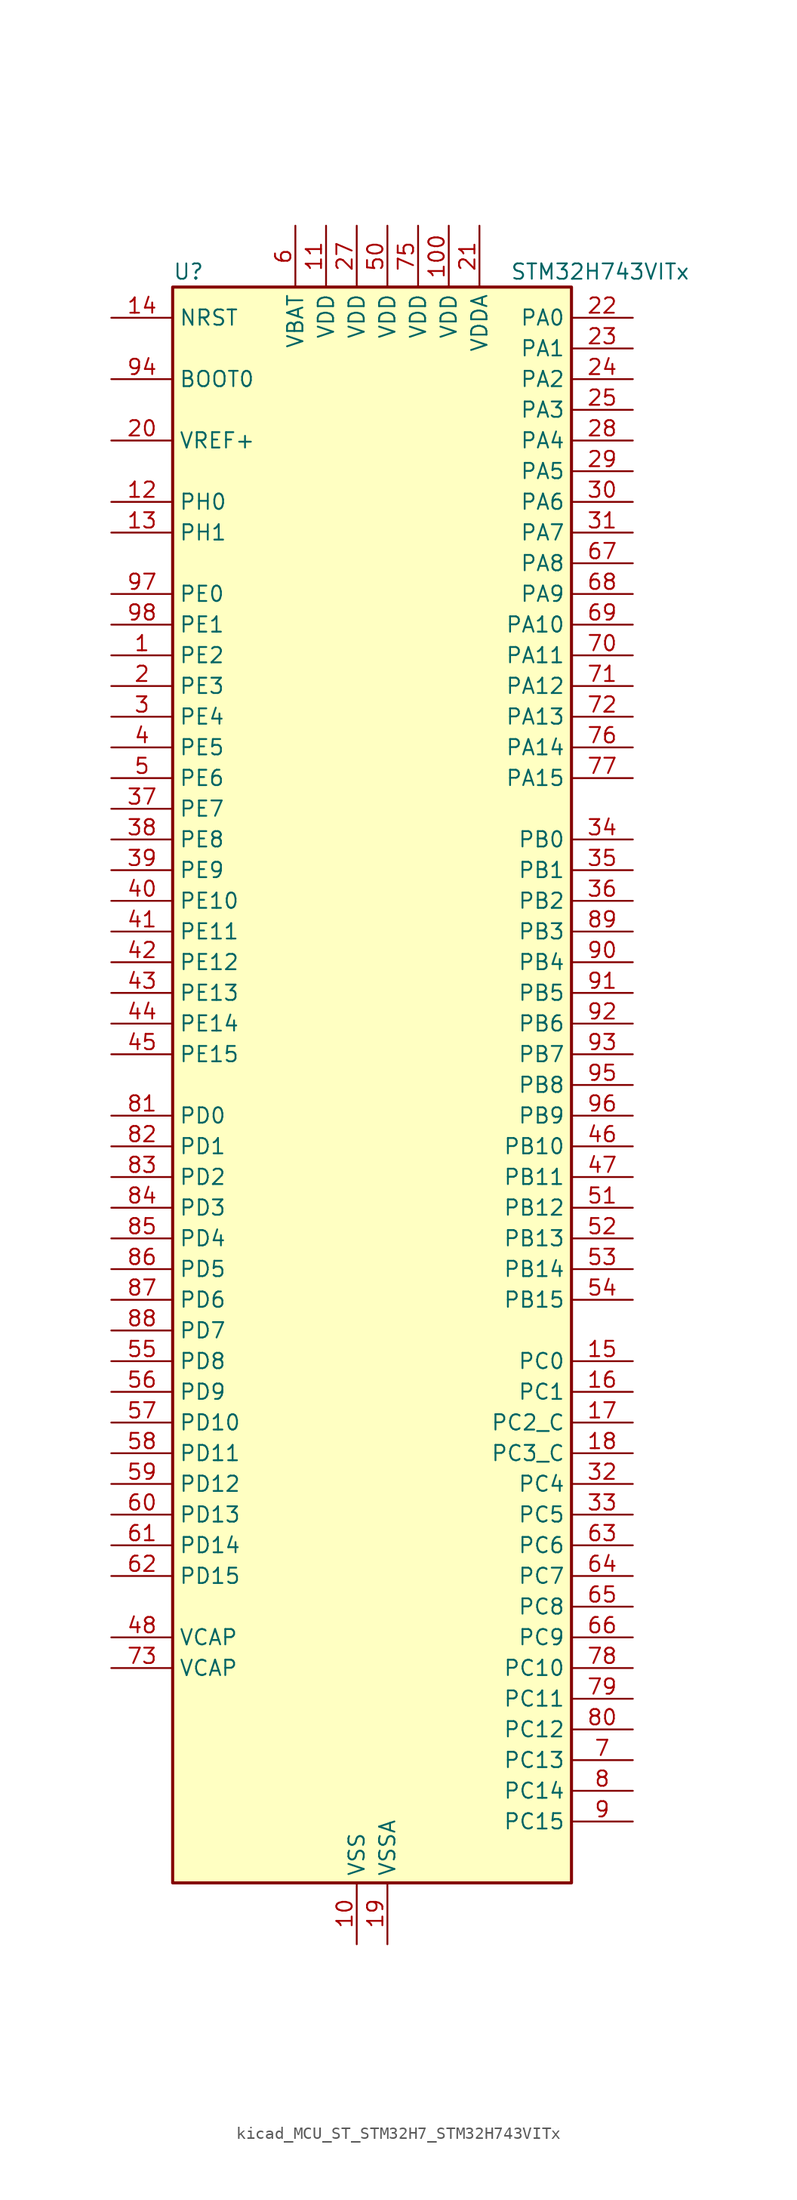
<source format=kicad_sym>
(kicad_symbol_lib
  (version 20220914)
  (generator kicad_symbol_editor)
  (symbol "kicad_MCU_ST_STM32H7_STM32H743VITx"
    (property "Reference" "U"
      (at -15.24 67.31 0)
      (effects (font (size 1.27 1.27)) (justify left)))
    (property "Value" "STM32H743VITx"
      (at 12.7 67.31 0)
      (effects (font (size 1.27 1.27)) (justify left)))
    (property "ki_locked" ""
      (at 0 0 0)
      (effects (font (size 1.27 1.27))))
    (symbol "kicad_MCU_ST_STM32H7_STM32H743VITx_0_1"
      (rectangle (start -15.24 -66.04) (end 17.78 66.04) (stroke (width 0.254) (type default)) (fill (type background))))
    (symbol "kicad_MCU_ST_STM32H7_STM32H743VITx_1_1"
      (pin bidirectional line (at -20.32 35.56 0) (length 5.08) (name "PE2" (effects (font (size 1.27 1.27)))) (number "1" (effects (font (size 1.27 1.27)))) (alternate "DEBUG_TRACECLK" bidirectional line) (alternate "ETH_TXD3" bidirectional line) (alternate "FMC_A23" bidirectional line) (alternate "QUADSPI_BK1_IO2" bidirectional line) (alternate "SAI1_CK1" bidirectional line) (alternate "SAI1_MCLK_A" bidirectional line) (alternate "SAI4_CK1" bidirectional line) (alternate "SAI4_MCLK_A" bidirectional line) (alternate "SPI4_SCK" bidirectional line))
      (pin power_in line (at 0 -71.12 90) (length 5.08) (name "VSS" (effects (font (size 1.27 1.27)))) (number "10" (effects (font (size 1.27 1.27)))))
      (pin power_in line (at 7.62 71.12 270) (length 5.08) (name "VDD" (effects (font (size 1.27 1.27)))) (number "100" (effects (font (size 1.27 1.27)))))
      (pin power_in line (at -2.54 71.12 270) (length 5.08) (name "VDD" (effects (font (size 1.27 1.27)))) (number "11" (effects (font (size 1.27 1.27)))))
      (pin bidirectional line (at -20.32 48.26 0) (length 5.08) (name "PH0" (effects (font (size 1.27 1.27)))) (number "12" (effects (font (size 1.27 1.27)))) (alternate "RCC_OSC_IN" bidirectional line))
      (pin bidirectional line (at -20.32 45.72 0) (length 5.08) (name "PH1" (effects (font (size 1.27 1.27)))) (number "13" (effects (font (size 1.27 1.27)))) (alternate "RCC_OSC_OUT" bidirectional line))
      (pin input line (at -20.32 63.5 0) (length 5.08) (name "NRST" (effects (font (size 1.27 1.27)))) (number "14" (effects (font (size 1.27 1.27)))))
      (pin bidirectional line (at 22.86 -22.86 180) (length 5.08) (name "PC0" (effects (font (size 1.27 1.27)))) (number "15" (effects (font (size 1.27 1.27)))) (alternate "ADC1_INP10" bidirectional line) (alternate "ADC2_INP10" bidirectional line) (alternate "ADC3_INP10" bidirectional line) (alternate "DFSDM1_CKIN0" bidirectional line) (alternate "DFSDM1_DATIN4" bidirectional line) (alternate "FMC_SDNWE" bidirectional line) (alternate "LTDC_R5" bidirectional line) (alternate "SAI2_FS_B" bidirectional line) (alternate "USB_OTG_HS_ULPI_STP" bidirectional line))
      (pin bidirectional line (at 22.86 -25.4 180) (length 5.08) (name "PC1" (effects (font (size 1.27 1.27)))) (number "16" (effects (font (size 1.27 1.27)))) (alternate "ADC1_INN10" bidirectional line) (alternate "ADC1_INP11" bidirectional line) (alternate "ADC2_INN10" bidirectional line) (alternate "ADC2_INP11" bidirectional line) (alternate "ADC3_INN10" bidirectional line) (alternate "ADC3_INP11" bidirectional line) (alternate "DEBUG_TRACED0" bidirectional line) (alternate "DFSDM1_CKIN4" bidirectional line) (alternate "DFSDM1_DATIN0" bidirectional line) (alternate "ETH_MDC" bidirectional line) (alternate "I2S2_SDO" bidirectional line) (alternate "MDIOS_MDC" bidirectional line) (alternate "PWR_WKUP5" bidirectional line) (alternate "RTC_TAMP3" bidirectional line) (alternate "SAI1_D1" bidirectional line) (alternate "SAI1_SD_A" bidirectional line) (alternate "SAI4_D1" bidirectional line) (alternate "SAI4_SD_A" bidirectional line) (alternate "SDMMC2_CK" bidirectional line) (alternate "SPI2_MOSI" bidirectional line))
      (pin bidirectional line (at 22.86 -27.94 180) (length 5.08) (name "PC2_C" (effects (font (size 1.27 1.27)))) (number "17" (effects (font (size 1.27 1.27)))) (alternate "ADC3_INN1" bidirectional line) (alternate "ADC3_INP0" bidirectional line) (alternate "DFSDM1_CKIN1" bidirectional line) (alternate "DFSDM1_CKOUT" bidirectional line) (alternate "ETH_TXD2" bidirectional line) (alternate "FMC_SDNE0" bidirectional line) (alternate "I2S2_SDI" bidirectional line) (alternate "PWR_CSTOP" bidirectional line) (alternate "SPI2_MISO" bidirectional line) (alternate "USB_OTG_HS_ULPI_DIR" bidirectional line))
      (pin bidirectional line (at 22.86 -30.48 180) (length 5.08) (name "PC3_C" (effects (font (size 1.27 1.27)))) (number "18" (effects (font (size 1.27 1.27)))) (alternate "ADC3_INP1" bidirectional line) (alternate "DFSDM1_DATIN1" bidirectional line) (alternate "ETH_TX_CLK" bidirectional line) (alternate "FMC_SDCKE0" bidirectional line) (alternate "I2S2_SDO" bidirectional line) (alternate "PWR_CSLEEP" bidirectional line) (alternate "SPI2_MOSI" bidirectional line) (alternate "USB_OTG_HS_ULPI_NXT" bidirectional line))
      (pin power_in line (at 2.54 -71.12 90) (length 5.08) (name "VSSA" (effects (font (size 1.27 1.27)))) (number "19" (effects (font (size 1.27 1.27)))))
      (pin bidirectional line (at -20.32 33.02 0) (length 5.08) (name "PE3" (effects (font (size 1.27 1.27)))) (number "2" (effects (font (size 1.27 1.27)))) (alternate "DEBUG_TRACED0" bidirectional line) (alternate "FMC_A19" bidirectional line) (alternate "SAI1_SD_B" bidirectional line) (alternate "SAI4_SD_B" bidirectional line) (alternate "TIM15_BKIN" bidirectional line))
      (pin input line (at -20.32 53.34 0) (length 5.08) (name "VREF+" (effects (font (size 1.27 1.27)))) (number "20" (effects (font (size 1.27 1.27)))) (alternate "VREFBUF_OUT" bidirectional line))
      (pin power_in line (at 10.16 71.12 270) (length 5.08) (name "VDDA" (effects (font (size 1.27 1.27)))) (number "21" (effects (font (size 1.27 1.27)))))
      (pin bidirectional line (at 22.86 63.5 180) (length 5.08) (name "PA0" (effects (font (size 1.27 1.27)))) (number "22" (effects (font (size 1.27 1.27)))) (alternate "ADC1_INP16" bidirectional line) (alternate "ETH_CRS" bidirectional line) (alternate "PWR_WKUP0" bidirectional line) (alternate "SAI2_SD_B" bidirectional line) (alternate "SDMMC2_CMD" bidirectional line) (alternate "TIM15_BKIN" bidirectional line) (alternate "TIM2_CH1" bidirectional line) (alternate "TIM2_ETR" bidirectional line) (alternate "TIM5_CH1" bidirectional line) (alternate "TIM8_ETR" bidirectional line) (alternate "UART4_TX" bidirectional line) (alternate "USART2_CTS" bidirectional line) (alternate "USART2_NSS" bidirectional line))
      (pin bidirectional line (at 22.86 60.96 180) (length 5.08) (name "PA1" (effects (font (size 1.27 1.27)))) (number "23" (effects (font (size 1.27 1.27)))) (alternate "ADC1_INN16" bidirectional line) (alternate "ADC1_INP17" bidirectional line) (alternate "ETH_REF_CLK" bidirectional line) (alternate "ETH_RX_CLK" bidirectional line) (alternate "LPTIM3_OUT" bidirectional line) (alternate "LTDC_R2" bidirectional line) (alternate "QUADSPI_BK1_IO3" bidirectional line) (alternate "SAI2_MCLK_B" bidirectional line) (alternate "TIM15_CH1N" bidirectional line) (alternate "TIM2_CH2" bidirectional line) (alternate "TIM5_CH2" bidirectional line) (alternate "UART4_RX" bidirectional line) (alternate "USART2_DE" bidirectional line) (alternate "USART2_RTS" bidirectional line))
      (pin bidirectional line (at 22.86 58.42 180) (length 5.08) (name "PA2" (effects (font (size 1.27 1.27)))) (number "24" (effects (font (size 1.27 1.27)))) (alternate "ADC1_INP14" bidirectional line) (alternate "ADC2_INP14" bidirectional line) (alternate "ETH_MDIO" bidirectional line) (alternate "LPTIM4_OUT" bidirectional line) (alternate "LTDC_R1" bidirectional line) (alternate "MDIOS_MDIO" bidirectional line) (alternate "PWR_WKUP1" bidirectional line) (alternate "SAI2_SCK_B" bidirectional line) (alternate "TIM15_CH1" bidirectional line) (alternate "TIM2_CH3" bidirectional line) (alternate "TIM5_CH3" bidirectional line) (alternate "USART2_TX" bidirectional line))
      (pin bidirectional line (at 22.86 55.88 180) (length 5.08) (name "PA3" (effects (font (size 1.27 1.27)))) (number "25" (effects (font (size 1.27 1.27)))) (alternate "ADC1_INP15" bidirectional line) (alternate "ADC2_INP15" bidirectional line) (alternate "ETH_COL" bidirectional line) (alternate "LPTIM5_OUT" bidirectional line) (alternate "LTDC_B2" bidirectional line) (alternate "LTDC_B5" bidirectional line) (alternate "TIM15_CH2" bidirectional line) (alternate "TIM2_CH4" bidirectional line) (alternate "TIM5_CH4" bidirectional line) (alternate "USART2_RX" bidirectional line) (alternate "USB_OTG_HS_ULPI_D0" bidirectional line))
      (pin passive line (at 0 -71.12 90) (length 5.08) hide (name "VSS" (effects (font (size 1.27 1.27)))) (number "26" (effects (font (size 1.27 1.27)))))
      (pin power_in line (at 0 71.12 270) (length 5.08) (name "VDD" (effects (font (size 1.27 1.27)))) (number "27" (effects (font (size 1.27 1.27)))))
      (pin bidirectional line (at 22.86 53.34 180) (length 5.08) (name "PA4" (effects (font (size 1.27 1.27)))) (number "28" (effects (font (size 1.27 1.27)))) (alternate "ADC1_INP18" bidirectional line) (alternate "ADC2_INP18" bidirectional line) (alternate "DAC1_OUT1" bidirectional line) (alternate "DCMI_HSYNC" bidirectional line) (alternate "I2S1_WS" bidirectional line) (alternate "I2S3_WS" bidirectional line) (alternate "LTDC_VSYNC" bidirectional line) (alternate "SPI1_NSS" bidirectional line) (alternate "SPI3_NSS" bidirectional line) (alternate "SPI6_NSS" bidirectional line) (alternate "TIM5_ETR" bidirectional line) (alternate "USART2_CK" bidirectional line) (alternate "USB_OTG_HS_SOF" bidirectional line))
      (pin bidirectional line (at 22.86 50.8 180) (length 5.08) (name "PA5" (effects (font (size 1.27 1.27)))) (number "29" (effects (font (size 1.27 1.27)))) (alternate "ADC1_INN18" bidirectional line) (alternate "ADC1_INP19" bidirectional line) (alternate "ADC2_INN18" bidirectional line) (alternate "ADC2_INP19" bidirectional line) (alternate "DAC1_OUT2" bidirectional line) (alternate "I2S1_CK" bidirectional line) (alternate "LTDC_R4" bidirectional line) (alternate "PWR_NDSTOP2" bidirectional line) (alternate "SPI1_SCK" bidirectional line) (alternate "SPI6_SCK" bidirectional line) (alternate "TIM2_CH1" bidirectional line) (alternate "TIM2_ETR" bidirectional line) (alternate "TIM8_CH1N" bidirectional line) (alternate "USB_OTG_HS_ULPI_CK" bidirectional line))
      (pin bidirectional line (at -20.32 30.48 0) (length 5.08) (name "PE4" (effects (font (size 1.27 1.27)))) (number "3" (effects (font (size 1.27 1.27)))) (alternate "DCMI_D4" bidirectional line) (alternate "DEBUG_TRACED1" bidirectional line) (alternate "DFSDM1_DATIN3" bidirectional line) (alternate "FMC_A20" bidirectional line) (alternate "LTDC_B0" bidirectional line) (alternate "SAI1_D2" bidirectional line) (alternate "SAI1_FS_A" bidirectional line) (alternate "SAI4_D2" bidirectional line) (alternate "SAI4_FS_A" bidirectional line) (alternate "SPI4_NSS" bidirectional line) (alternate "TIM15_CH1N" bidirectional line))
      (pin bidirectional line (at 22.86 48.26 180) (length 5.08) (name "PA6" (effects (font (size 1.27 1.27)))) (number "30" (effects (font (size 1.27 1.27)))) (alternate "ADC1_INP3" bidirectional line) (alternate "ADC2_INP3" bidirectional line) (alternate "DCMI_PIXCLK" bidirectional line) (alternate "I2S1_SDI" bidirectional line) (alternate "LTDC_G2" bidirectional line) (alternate "MDIOS_MDC" bidirectional line) (alternate "SPI1_MISO" bidirectional line) (alternate "SPI6_MISO" bidirectional line) (alternate "TIM13_CH1" bidirectional line) (alternate "TIM1_BKIN" bidirectional line) (alternate "TIM1_BKIN_COMP1" bidirectional line) (alternate "TIM1_BKIN_COMP2" bidirectional line) (alternate "TIM3_CH1" bidirectional line) (alternate "TIM8_BKIN" bidirectional line) (alternate "TIM8_BKIN_COMP1" bidirectional line) (alternate "TIM8_BKIN_COMP2" bidirectional line))
      (pin bidirectional line (at 22.86 45.72 180) (length 5.08) (name "PA7" (effects (font (size 1.27 1.27)))) (number "31" (effects (font (size 1.27 1.27)))) (alternate "ADC1_INN3" bidirectional line) (alternate "ADC1_INP7" bidirectional line) (alternate "ADC2_INN3" bidirectional line) (alternate "ADC2_INP7" bidirectional line) (alternate "ETH_CRS_DV" bidirectional line) (alternate "ETH_RX_DV" bidirectional line) (alternate "FMC_SDNWE" bidirectional line) (alternate "I2S1_SDO" bidirectional line) (alternate "OPAMP1_VINM" bidirectional line) (alternate "OPAMP1_VINM1" bidirectional line) (alternate "SPI1_MOSI" bidirectional line) (alternate "SPI6_MOSI" bidirectional line) (alternate "TIM14_CH1" bidirectional line) (alternate "TIM1_CH1N" bidirectional line) (alternate "TIM3_CH2" bidirectional line) (alternate "TIM8_CH1N" bidirectional line))
      (pin bidirectional line (at 22.86 -33.02 180) (length 5.08) (name "PC4" (effects (font (size 1.27 1.27)))) (number "32" (effects (font (size 1.27 1.27)))) (alternate "ADC1_INP4" bidirectional line) (alternate "ADC2_INP4" bidirectional line) (alternate "COMP1_INM" bidirectional line) (alternate "DFSDM1_CKIN2" bidirectional line) (alternate "ETH_RXD0" bidirectional line) (alternate "FMC_SDNE0" bidirectional line) (alternate "I2S1_MCK" bidirectional line) (alternate "OPAMP1_VOUT" bidirectional line) (alternate "SPDIFRX1_IN2" bidirectional line))
      (pin bidirectional line (at 22.86 -35.56 180) (length 5.08) (name "PC5" (effects (font (size 1.27 1.27)))) (number "33" (effects (font (size 1.27 1.27)))) (alternate "ADC1_INN4" bidirectional line) (alternate "ADC1_INP8" bidirectional line) (alternate "ADC2_INN4" bidirectional line) (alternate "ADC2_INP8" bidirectional line) (alternate "COMP1_OUT" bidirectional line) (alternate "DFSDM1_DATIN2" bidirectional line) (alternate "ETH_RXD1" bidirectional line) (alternate "FMC_SDCKE0" bidirectional line) (alternate "OPAMP1_VINM" bidirectional line) (alternate "OPAMP1_VINM0" bidirectional line) (alternate "SAI1_D3" bidirectional line) (alternate "SAI4_D3" bidirectional line) (alternate "SPDIFRX1_IN3" bidirectional line))
      (pin bidirectional line (at 22.86 20.32 180) (length 5.08) (name "PB0" (effects (font (size 1.27 1.27)))) (number "34" (effects (font (size 1.27 1.27)))) (alternate "ADC1_INN5" bidirectional line) (alternate "ADC1_INP9" bidirectional line) (alternate "ADC2_INN5" bidirectional line) (alternate "ADC2_INP9" bidirectional line) (alternate "COMP1_INP" bidirectional line) (alternate "DFSDM1_CKOUT" bidirectional line) (alternate "ETH_RXD2" bidirectional line) (alternate "LTDC_G1" bidirectional line) (alternate "LTDC_R3" bidirectional line) (alternate "OPAMP1_VINP" bidirectional line) (alternate "TIM1_CH2N" bidirectional line) (alternate "TIM3_CH3" bidirectional line) (alternate "TIM8_CH2N" bidirectional line) (alternate "UART4_CTS" bidirectional line) (alternate "USB_OTG_HS_ULPI_D1" bidirectional line))
      (pin bidirectional line (at 22.86 17.78 180) (length 5.08) (name "PB1" (effects (font (size 1.27 1.27)))) (number "35" (effects (font (size 1.27 1.27)))) (alternate "ADC1_INP5" bidirectional line) (alternate "ADC2_INP5" bidirectional line) (alternate "COMP1_INM" bidirectional line) (alternate "DFSDM1_DATIN1" bidirectional line) (alternate "ETH_RXD3" bidirectional line) (alternate "LTDC_G0" bidirectional line) (alternate "LTDC_R6" bidirectional line) (alternate "TIM1_CH3N" bidirectional line) (alternate "TIM3_CH4" bidirectional line) (alternate "TIM8_CH3N" bidirectional line) (alternate "USB_OTG_HS_ULPI_D2" bidirectional line))
      (pin bidirectional line (at 22.86 15.24 180) (length 5.08) (name "PB2" (effects (font (size 1.27 1.27)))) (number "36" (effects (font (size 1.27 1.27)))) (alternate "COMP1_INP" bidirectional line) (alternate "DFSDM1_CKIN1" bidirectional line) (alternate "I2S3_SDO" bidirectional line) (alternate "QUADSPI_CLK" bidirectional line) (alternate "RTC_OUT_ALARM" bidirectional line) (alternate "RTC_OUT_CALIB" bidirectional line) (alternate "SAI1_D1" bidirectional line) (alternate "SAI1_SD_A" bidirectional line) (alternate "SAI4_D1" bidirectional line) (alternate "SAI4_SD_A" bidirectional line) (alternate "SPI3_MOSI" bidirectional line))
      (pin bidirectional line (at -20.32 22.86 0) (length 5.08) (name "PE7" (effects (font (size 1.27 1.27)))) (number "37" (effects (font (size 1.27 1.27)))) (alternate "COMP2_INM" bidirectional line) (alternate "DFSDM1_DATIN2" bidirectional line) (alternate "FMC_D4" bidirectional line) (alternate "FMC_DA4" bidirectional line) (alternate "OPAMP2_VOUT" bidirectional line) (alternate "QUADSPI_BK2_IO0" bidirectional line) (alternate "TIM1_ETR" bidirectional line) (alternate "UART7_RX" bidirectional line))
      (pin bidirectional line (at -20.32 20.32 0) (length 5.08) (name "PE8" (effects (font (size 1.27 1.27)))) (number "38" (effects (font (size 1.27 1.27)))) (alternate "COMP2_OUT" bidirectional line) (alternate "DFSDM1_CKIN2" bidirectional line) (alternate "FMC_D5" bidirectional line) (alternate "FMC_DA5" bidirectional line) (alternate "OPAMP2_VINM" bidirectional line) (alternate "OPAMP2_VINM0" bidirectional line) (alternate "QUADSPI_BK2_IO1" bidirectional line) (alternate "TIM1_CH1N" bidirectional line) (alternate "UART7_TX" bidirectional line))
      (pin bidirectional line (at -20.32 17.78 0) (length 5.08) (name "PE9" (effects (font (size 1.27 1.27)))) (number "39" (effects (font (size 1.27 1.27)))) (alternate "COMP2_INP" bidirectional line) (alternate "DAC1_EXTI9" bidirectional line) (alternate "DFSDM1_CKOUT" bidirectional line) (alternate "FMC_D6" bidirectional line) (alternate "FMC_DA6" bidirectional line) (alternate "OPAMP2_VINP" bidirectional line) (alternate "QUADSPI_BK2_IO2" bidirectional line) (alternate "TIM1_CH1" bidirectional line) (alternate "UART7_DE" bidirectional line) (alternate "UART7_RTS" bidirectional line))
      (pin bidirectional line (at -20.32 27.94 0) (length 5.08) (name "PE5" (effects (font (size 1.27 1.27)))) (number "4" (effects (font (size 1.27 1.27)))) (alternate "DCMI_D6" bidirectional line) (alternate "DEBUG_TRACED2" bidirectional line) (alternate "DFSDM1_CKIN3" bidirectional line) (alternate "FMC_A21" bidirectional line) (alternate "LTDC_G0" bidirectional line) (alternate "SAI1_CK2" bidirectional line) (alternate "SAI1_SCK_A" bidirectional line) (alternate "SAI4_CK2" bidirectional line) (alternate "SAI4_SCK_A" bidirectional line) (alternate "SPI4_MISO" bidirectional line) (alternate "TIM15_CH1" bidirectional line))
      (pin bidirectional line (at -20.32 15.24 0) (length 5.08) (name "PE10" (effects (font (size 1.27 1.27)))) (number "40" (effects (font (size 1.27 1.27)))) (alternate "COMP2_INM" bidirectional line) (alternate "DFSDM1_DATIN4" bidirectional line) (alternate "FMC_D7" bidirectional line) (alternate "FMC_DA7" bidirectional line) (alternate "QUADSPI_BK2_IO3" bidirectional line) (alternate "TIM1_CH2N" bidirectional line) (alternate "UART7_CTS" bidirectional line))
      (pin bidirectional line (at -20.32 12.7 0) (length 5.08) (name "PE11" (effects (font (size 1.27 1.27)))) (number "41" (effects (font (size 1.27 1.27)))) (alternate "ADC1_EXTI11" bidirectional line) (alternate "ADC2_EXTI11" bidirectional line) (alternate "ADC3_EXTI11" bidirectional line) (alternate "COMP2_INP" bidirectional line) (alternate "DFSDM1_CKIN4" bidirectional line) (alternate "FMC_D8" bidirectional line) (alternate "FMC_DA8" bidirectional line) (alternate "LTDC_G3" bidirectional line) (alternate "SAI2_SD_B" bidirectional line) (alternate "SPI4_NSS" bidirectional line) (alternate "TIM1_CH2" bidirectional line))
      (pin bidirectional line (at -20.32 10.16 0) (length 5.08) (name "PE12" (effects (font (size 1.27 1.27)))) (number "42" (effects (font (size 1.27 1.27)))) (alternate "COMP1_OUT" bidirectional line) (alternate "DFSDM1_DATIN5" bidirectional line) (alternate "FMC_D9" bidirectional line) (alternate "FMC_DA9" bidirectional line) (alternate "LTDC_B4" bidirectional line) (alternate "SAI2_SCK_B" bidirectional line) (alternate "SPI4_SCK" bidirectional line) (alternate "TIM1_CH3N" bidirectional line))
      (pin bidirectional line (at -20.32 7.62 0) (length 5.08) (name "PE13" (effects (font (size 1.27 1.27)))) (number "43" (effects (font (size 1.27 1.27)))) (alternate "COMP2_OUT" bidirectional line) (alternate "DFSDM1_CKIN5" bidirectional line) (alternate "FMC_D10" bidirectional line) (alternate "FMC_DA10" bidirectional line) (alternate "LTDC_DE" bidirectional line) (alternate "SAI2_FS_B" bidirectional line) (alternate "SPI4_MISO" bidirectional line) (alternate "TIM1_CH3" bidirectional line))
      (pin bidirectional line (at -20.32 5.08 0) (length 5.08) (name "PE14" (effects (font (size 1.27 1.27)))) (number "44" (effects (font (size 1.27 1.27)))) (alternate "FMC_D11" bidirectional line) (alternate "FMC_DA11" bidirectional line) (alternate "LTDC_CLK" bidirectional line) (alternate "SAI2_MCLK_B" bidirectional line) (alternate "SPI4_MOSI" bidirectional line) (alternate "TIM1_CH4" bidirectional line))
      (pin bidirectional line (at -20.32 2.54 0) (length 5.08) (name "PE15" (effects (font (size 1.27 1.27)))) (number "45" (effects (font (size 1.27 1.27)))) (alternate "ADC1_EXTI15" bidirectional line) (alternate "ADC2_EXTI15" bidirectional line) (alternate "ADC3_EXTI15" bidirectional line) (alternate "FMC_D12" bidirectional line) (alternate "FMC_DA12" bidirectional line) (alternate "LTDC_R7" bidirectional line) (alternate "TIM1_BKIN" bidirectional line) (alternate "TIM1_BKIN_COMP1" bidirectional line) (alternate "TIM1_BKIN_COMP2" bidirectional line))
      (pin bidirectional line (at 22.86 -5.08 180) (length 5.08) (name "PB10" (effects (font (size 1.27 1.27)))) (number "46" (effects (font (size 1.27 1.27)))) (alternate "DFSDM1_DATIN7" bidirectional line) (alternate "ETH_RX_ER" bidirectional line) (alternate "HRTIM_SCOUT" bidirectional line) (alternate "I2C2_SCL" bidirectional line) (alternate "I2S2_CK" bidirectional line) (alternate "LPTIM2_IN1" bidirectional line) (alternate "LTDC_G4" bidirectional line) (alternate "QUADSPI_BK1_NCS" bidirectional line) (alternate "SPI2_SCK" bidirectional line) (alternate "TIM2_CH3" bidirectional line) (alternate "USART3_TX" bidirectional line) (alternate "USB_OTG_HS_ULPI_D3" bidirectional line))
      (pin bidirectional line (at 22.86 -7.62 180) (length 5.08) (name "PB11" (effects (font (size 1.27 1.27)))) (number "47" (effects (font (size 1.27 1.27)))) (alternate "ADC1_EXTI11" bidirectional line) (alternate "ADC2_EXTI11" bidirectional line) (alternate "ADC3_EXTI11" bidirectional line) (alternate "DFSDM1_CKIN7" bidirectional line) (alternate "ETH_TX_EN" bidirectional line) (alternate "HRTIM_SCIN" bidirectional line) (alternate "I2C2_SDA" bidirectional line) (alternate "LPTIM2_ETR" bidirectional line) (alternate "LTDC_G5" bidirectional line) (alternate "TIM2_CH4" bidirectional line) (alternate "USART3_RX" bidirectional line) (alternate "USB_OTG_HS_ULPI_D4" bidirectional line))
      (pin power_out line (at -20.32 -45.72 0) (length 5.08) (name "VCAP" (effects (font (size 1.27 1.27)))) (number "48" (effects (font (size 1.27 1.27)))))
      (pin passive line (at 0 -71.12 90) (length 5.08) hide (name "VSS" (effects (font (size 1.27 1.27)))) (number "49" (effects (font (size 1.27 1.27)))))
      (pin bidirectional line (at -20.32 25.4 0) (length 5.08) (name "PE6" (effects (font (size 1.27 1.27)))) (number "5" (effects (font (size 1.27 1.27)))) (alternate "DCMI_D7" bidirectional line) (alternate "DEBUG_TRACED3" bidirectional line) (alternate "FMC_A22" bidirectional line) (alternate "LTDC_G1" bidirectional line) (alternate "SAI1_D1" bidirectional line) (alternate "SAI1_SD_A" bidirectional line) (alternate "SAI2_MCLK_B" bidirectional line) (alternate "SAI4_D1" bidirectional line) (alternate "SAI4_SD_A" bidirectional line) (alternate "SPI4_MOSI" bidirectional line) (alternate "TIM15_CH2" bidirectional line) (alternate "TIM1_BKIN2" bidirectional line) (alternate "TIM1_BKIN2_COMP1" bidirectional line) (alternate "TIM1_BKIN2_COMP2" bidirectional line))
      (pin power_in line (at 2.54 71.12 270) (length 5.08) (name "VDD" (effects (font (size 1.27 1.27)))) (number "50" (effects (font (size 1.27 1.27)))))
      (pin bidirectional line (at 22.86 -10.16 180) (length 5.08) (name "PB12" (effects (font (size 1.27 1.27)))) (number "51" (effects (font (size 1.27 1.27)))) (alternate "DFSDM1_DATIN1" bidirectional line) (alternate "ETH_TXD0" bidirectional line) (alternate "FDCAN2_RX" bidirectional line) (alternate "I2C2_SMBA" bidirectional line) (alternate "I2S2_WS" bidirectional line) (alternate "SPI2_NSS" bidirectional line) (alternate "TIM1_BKIN" bidirectional line) (alternate "TIM1_BKIN_COMP1" bidirectional line) (alternate "TIM1_BKIN_COMP2" bidirectional line) (alternate "UART5_RX" bidirectional line) (alternate "USART3_CK" bidirectional line) (alternate "USB_OTG_HS_ID" bidirectional line) (alternate "USB_OTG_HS_ULPI_D5" bidirectional line))
      (pin bidirectional line (at 22.86 -12.7 180) (length 5.08) (name "PB13" (effects (font (size 1.27 1.27)))) (number "52" (effects (font (size 1.27 1.27)))) (alternate "DFSDM1_CKIN1" bidirectional line) (alternate "ETH_TXD1" bidirectional line) (alternate "FDCAN2_TX" bidirectional line) (alternate "I2S2_CK" bidirectional line) (alternate "LPTIM2_OUT" bidirectional line) (alternate "SPI2_SCK" bidirectional line) (alternate "TIM1_CH1N" bidirectional line) (alternate "UART5_TX" bidirectional line) (alternate "USART3_CTS" bidirectional line) (alternate "USART3_NSS" bidirectional line) (alternate "USB_OTG_HS_ULPI_D6" bidirectional line) (alternate "USB_OTG_HS_VBUS" bidirectional line))
      (pin bidirectional line (at 22.86 -15.24 180) (length 5.08) (name "PB14" (effects (font (size 1.27 1.27)))) (number "53" (effects (font (size 1.27 1.27)))) (alternate "DFSDM1_DATIN2" bidirectional line) (alternate "I2S2_SDI" bidirectional line) (alternate "SDMMC2_D0" bidirectional line) (alternate "SPI2_MISO" bidirectional line) (alternate "TIM12_CH1" bidirectional line) (alternate "TIM1_CH2N" bidirectional line) (alternate "TIM8_CH2N" bidirectional line) (alternate "UART4_DE" bidirectional line) (alternate "UART4_RTS" bidirectional line) (alternate "USART1_TX" bidirectional line) (alternate "USART3_DE" bidirectional line) (alternate "USART3_RTS" bidirectional line) (alternate "USB_OTG_HS_DM" bidirectional line))
      (pin bidirectional line (at 22.86 -17.78 180) (length 5.08) (name "PB15" (effects (font (size 1.27 1.27)))) (number "54" (effects (font (size 1.27 1.27)))) (alternate "ADC1_EXTI15" bidirectional line) (alternate "ADC2_EXTI15" bidirectional line) (alternate "ADC3_EXTI15" bidirectional line) (alternate "DFSDM1_CKIN2" bidirectional line) (alternate "I2S2_SDO" bidirectional line) (alternate "RTC_REFIN" bidirectional line) (alternate "SDMMC2_D1" bidirectional line) (alternate "SPI2_MOSI" bidirectional line) (alternate "TIM12_CH2" bidirectional line) (alternate "TIM1_CH3N" bidirectional line) (alternate "TIM8_CH3N" bidirectional line) (alternate "UART4_CTS" bidirectional line) (alternate "USART1_RX" bidirectional line) (alternate "USB_OTG_HS_DP" bidirectional line))
      (pin bidirectional line (at -20.32 -22.86 0) (length 5.08) (name "PD8" (effects (font (size 1.27 1.27)))) (number "55" (effects (font (size 1.27 1.27)))) (alternate "DFSDM1_CKIN3" bidirectional line) (alternate "FMC_D13" bidirectional line) (alternate "FMC_DA13" bidirectional line) (alternate "SAI3_SCK_B" bidirectional line) (alternate "SPDIFRX1_IN1" bidirectional line) (alternate "USART3_TX" bidirectional line))
      (pin bidirectional line (at -20.32 -25.4 0) (length 5.08) (name "PD9" (effects (font (size 1.27 1.27)))) (number "56" (effects (font (size 1.27 1.27)))) (alternate "DAC1_EXTI9" bidirectional line) (alternate "DFSDM1_DATIN3" bidirectional line) (alternate "FMC_D14" bidirectional line) (alternate "FMC_DA14" bidirectional line) (alternate "SAI3_SD_B" bidirectional line) (alternate "USART3_RX" bidirectional line))
      (pin bidirectional line (at -20.32 -27.94 0) (length 5.08) (name "PD10" (effects (font (size 1.27 1.27)))) (number "57" (effects (font (size 1.27 1.27)))) (alternate "DFSDM1_CKOUT" bidirectional line) (alternate "FMC_D15" bidirectional line) (alternate "FMC_DA15" bidirectional line) (alternate "LTDC_B3" bidirectional line) (alternate "SAI3_FS_B" bidirectional line) (alternate "USART3_CK" bidirectional line))
      (pin bidirectional line (at -20.32 -30.48 0) (length 5.08) (name "PD11" (effects (font (size 1.27 1.27)))) (number "58" (effects (font (size 1.27 1.27)))) (alternate "ADC1_EXTI11" bidirectional line) (alternate "ADC2_EXTI11" bidirectional line) (alternate "ADC3_EXTI11" bidirectional line) (alternate "FMC_A16" bidirectional line) (alternate "FMC_CLE" bidirectional line) (alternate "I2C4_SMBA" bidirectional line) (alternate "LPTIM2_IN2" bidirectional line) (alternate "QUADSPI_BK1_IO0" bidirectional line) (alternate "SAI2_SD_A" bidirectional line) (alternate "USART3_CTS" bidirectional line) (alternate "USART3_NSS" bidirectional line))
      (pin bidirectional line (at -20.32 -33.02 0) (length 5.08) (name "PD12" (effects (font (size 1.27 1.27)))) (number "59" (effects (font (size 1.27 1.27)))) (alternate "FMC_A17" bidirectional line) (alternate "FMC_ALE" bidirectional line) (alternate "I2C4_SCL" bidirectional line) (alternate "LPTIM1_IN1" bidirectional line) (alternate "LPTIM2_IN1" bidirectional line) (alternate "QUADSPI_BK1_IO1" bidirectional line) (alternate "SAI2_FS_A" bidirectional line) (alternate "TIM4_CH1" bidirectional line) (alternate "USART3_DE" bidirectional line) (alternate "USART3_RTS" bidirectional line))
      (pin power_in line (at -5.08 71.12 270) (length 5.08) (name "VBAT" (effects (font (size 1.27 1.27)))) (number "6" (effects (font (size 1.27 1.27)))))
      (pin bidirectional line (at -20.32 -35.56 0) (length 5.08) (name "PD13" (effects (font (size 1.27 1.27)))) (number "60" (effects (font (size 1.27 1.27)))) (alternate "FMC_A18" bidirectional line) (alternate "I2C4_SDA" bidirectional line) (alternate "LPTIM1_OUT" bidirectional line) (alternate "QUADSPI_BK1_IO3" bidirectional line) (alternate "SAI2_SCK_A" bidirectional line) (alternate "TIM4_CH2" bidirectional line))
      (pin bidirectional line (at -20.32 -38.1 0) (length 5.08) (name "PD14" (effects (font (size 1.27 1.27)))) (number "61" (effects (font (size 1.27 1.27)))) (alternate "FMC_D0" bidirectional line) (alternate "FMC_DA0" bidirectional line) (alternate "SAI3_MCLK_B" bidirectional line) (alternate "TIM4_CH3" bidirectional line) (alternate "UART8_CTS" bidirectional line))
      (pin bidirectional line (at -20.32 -40.64 0) (length 5.08) (name "PD15" (effects (font (size 1.27 1.27)))) (number "62" (effects (font (size 1.27 1.27)))) (alternate "ADC1_EXTI15" bidirectional line) (alternate "ADC2_EXTI15" bidirectional line) (alternate "ADC3_EXTI15" bidirectional line) (alternate "FMC_D1" bidirectional line) (alternate "FMC_DA1" bidirectional line) (alternate "SAI3_MCLK_A" bidirectional line) (alternate "TIM4_CH4" bidirectional line) (alternate "UART8_DE" bidirectional line) (alternate "UART8_RTS" bidirectional line))
      (pin bidirectional line (at 22.86 -38.1 180) (length 5.08) (name "PC6" (effects (font (size 1.27 1.27)))) (number "63" (effects (font (size 1.27 1.27)))) (alternate "DCMI_D0" bidirectional line) (alternate "DFSDM1_CKIN3" bidirectional line) (alternate "FMC_NWAIT" bidirectional line) (alternate "HRTIM_CHA1" bidirectional line) (alternate "I2S2_MCK" bidirectional line) (alternate "LTDC_HSYNC" bidirectional line) (alternate "SDMMC1_D0DIR" bidirectional line) (alternate "SDMMC1_D6" bidirectional line) (alternate "SDMMC2_D6" bidirectional line) (alternate "SWPMI1_IO" bidirectional line) (alternate "TIM3_CH1" bidirectional line) (alternate "TIM8_CH1" bidirectional line) (alternate "USART6_TX" bidirectional line))
      (pin bidirectional line (at 22.86 -40.64 180) (length 5.08) (name "PC7" (effects (font (size 1.27 1.27)))) (number "64" (effects (font (size 1.27 1.27)))) (alternate "DCMI_D1" bidirectional line) (alternate "DEBUG_TRGIO" bidirectional line) (alternate "DFSDM1_DATIN3" bidirectional line) (alternate "FMC_NE1" bidirectional line) (alternate "HRTIM_CHA2" bidirectional line) (alternate "I2S3_MCK" bidirectional line) (alternate "LTDC_G6" bidirectional line) (alternate "SDMMC1_D123DIR" bidirectional line) (alternate "SDMMC1_D7" bidirectional line) (alternate "SDMMC2_D7" bidirectional line) (alternate "SWPMI1_TX" bidirectional line) (alternate "TIM3_CH2" bidirectional line) (alternate "TIM8_CH2" bidirectional line) (alternate "USART6_RX" bidirectional line))
      (pin bidirectional line (at 22.86 -43.18 180) (length 5.08) (name "PC8" (effects (font (size 1.27 1.27)))) (number "65" (effects (font (size 1.27 1.27)))) (alternate "DCMI_D2" bidirectional line) (alternate "DEBUG_TRACED1" bidirectional line) (alternate "FMC_NCE" bidirectional line) (alternate "FMC_NE2" bidirectional line) (alternate "HRTIM_CHB1" bidirectional line) (alternate "SDMMC1_D0" bidirectional line) (alternate "SWPMI1_RX" bidirectional line) (alternate "TIM3_CH3" bidirectional line) (alternate "TIM8_CH3" bidirectional line) (alternate "UART5_DE" bidirectional line) (alternate "UART5_RTS" bidirectional line) (alternate "USART6_CK" bidirectional line))
      (pin bidirectional line (at 22.86 -45.72 180) (length 5.08) (name "PC9" (effects (font (size 1.27 1.27)))) (number "66" (effects (font (size 1.27 1.27)))) (alternate "DAC1_EXTI9" bidirectional line) (alternate "DCMI_D3" bidirectional line) (alternate "I2C3_SDA" bidirectional line) (alternate "I2S_CKIN" bidirectional line) (alternate "LTDC_B2" bidirectional line) (alternate "LTDC_G3" bidirectional line) (alternate "QUADSPI_BK1_IO0" bidirectional line) (alternate "RCC_MCO_2" bidirectional line) (alternate "SDMMC1_D1" bidirectional line) (alternate "SWPMI1_SUSPEND" bidirectional line) (alternate "TIM3_CH4" bidirectional line) (alternate "TIM8_CH4" bidirectional line) (alternate "UART5_CTS" bidirectional line))
      (pin bidirectional line (at 22.86 43.18 180) (length 5.08) (name "PA8" (effects (font (size 1.27 1.27)))) (number "67" (effects (font (size 1.27 1.27)))) (alternate "HRTIM_CHB2" bidirectional line) (alternate "I2C3_SCL" bidirectional line) (alternate "LTDC_B3" bidirectional line) (alternate "LTDC_R6" bidirectional line) (alternate "RCC_MCO_1" bidirectional line) (alternate "TIM1_CH1" bidirectional line) (alternate "TIM8_BKIN2" bidirectional line) (alternate "TIM8_BKIN2_COMP1" bidirectional line) (alternate "TIM8_BKIN2_COMP2" bidirectional line) (alternate "UART7_RX" bidirectional line) (alternate "USART1_CK" bidirectional line) (alternate "USB_OTG_FS_SOF" bidirectional line))
      (pin bidirectional line (at 22.86 40.64 180) (length 5.08) (name "PA9" (effects (font (size 1.27 1.27)))) (number "68" (effects (font (size 1.27 1.27)))) (alternate "DAC1_EXTI9" bidirectional line) (alternate "DCMI_D0" bidirectional line) (alternate "HRTIM_CHC1" bidirectional line) (alternate "I2C3_SMBA" bidirectional line) (alternate "I2S2_CK" bidirectional line) (alternate "LPUART1_TX" bidirectional line) (alternate "LTDC_R5" bidirectional line) (alternate "SPI2_SCK" bidirectional line) (alternate "TIM1_CH2" bidirectional line) (alternate "USART1_TX" bidirectional line) (alternate "USB_OTG_FS_VBUS" bidirectional line))
      (pin bidirectional line (at 22.86 38.1 180) (length 5.08) (name "PA10" (effects (font (size 1.27 1.27)))) (number "69" (effects (font (size 1.27 1.27)))) (alternate "DCMI_D1" bidirectional line) (alternate "HRTIM_CHC2" bidirectional line) (alternate "LPUART1_RX" bidirectional line) (alternate "LTDC_B1" bidirectional line) (alternate "LTDC_B4" bidirectional line) (alternate "MDIOS_MDIO" bidirectional line) (alternate "TIM1_CH3" bidirectional line) (alternate "USART1_RX" bidirectional line) (alternate "USB_OTG_FS_ID" bidirectional line))
      (pin bidirectional line (at 22.86 -55.88 180) (length 5.08) (name "PC13" (effects (font (size 1.27 1.27)))) (number "7" (effects (font (size 1.27 1.27)))) (alternate "PWR_WKUP2" bidirectional line) (alternate "RTC_OUT_ALARM" bidirectional line) (alternate "RTC_OUT_CALIB" bidirectional line) (alternate "RTC_TAMP1" bidirectional line) (alternate "RTC_TS" bidirectional line))
      (pin bidirectional line (at 22.86 35.56 180) (length 5.08) (name "PA11" (effects (font (size 1.27 1.27)))) (number "70" (effects (font (size 1.27 1.27)))) (alternate "ADC1_EXTI11" bidirectional line) (alternate "ADC2_EXTI11" bidirectional line) (alternate "ADC3_EXTI11" bidirectional line) (alternate "FDCAN1_RX" bidirectional line) (alternate "HRTIM_CHD1" bidirectional line) (alternate "I2S2_WS" bidirectional line) (alternate "LPUART1_CTS" bidirectional line) (alternate "LTDC_R4" bidirectional line) (alternate "SPI2_NSS" bidirectional line) (alternate "TIM1_CH4" bidirectional line) (alternate "UART4_RX" bidirectional line) (alternate "USART1_CTS" bidirectional line) (alternate "USART1_NSS" bidirectional line) (alternate "USB_OTG_FS_DM" bidirectional line))
      (pin bidirectional line (at 22.86 33.02 180) (length 5.08) (name "PA12" (effects (font (size 1.27 1.27)))) (number "71" (effects (font (size 1.27 1.27)))) (alternate "FDCAN1_TX" bidirectional line) (alternate "HRTIM_CHD2" bidirectional line) (alternate "I2S2_CK" bidirectional line) (alternate "LPUART1_DE" bidirectional line) (alternate "LPUART1_RTS" bidirectional line) (alternate "LTDC_R5" bidirectional line) (alternate "SAI2_FS_B" bidirectional line) (alternate "SPI2_SCK" bidirectional line) (alternate "TIM1_ETR" bidirectional line) (alternate "UART4_TX" bidirectional line) (alternate "USART1_DE" bidirectional line) (alternate "USART1_RTS" bidirectional line) (alternate "USB_OTG_FS_DP" bidirectional line))
      (pin bidirectional line (at 22.86 30.48 180) (length 5.08) (name "PA13" (effects (font (size 1.27 1.27)))) (number "72" (effects (font (size 1.27 1.27)))) (alternate "DEBUG_JTMS-SWDIO" bidirectional line))
      (pin power_out line (at -20.32 -48.26 0) (length 5.08) (name "VCAP" (effects (font (size 1.27 1.27)))) (number "73" (effects (font (size 1.27 1.27)))))
      (pin passive line (at 0 -71.12 90) (length 5.08) hide (name "VSS" (effects (font (size 1.27 1.27)))) (number "74" (effects (font (size 1.27 1.27)))))
      (pin power_in line (at 5.08 71.12 270) (length 5.08) (name "VDD" (effects (font (size 1.27 1.27)))) (number "75" (effects (font (size 1.27 1.27)))))
      (pin bidirectional line (at 22.86 27.94 180) (length 5.08) (name "PA14" (effects (font (size 1.27 1.27)))) (number "76" (effects (font (size 1.27 1.27)))) (alternate "DEBUG_JTCK-SWCLK" bidirectional line))
      (pin bidirectional line (at 22.86 25.4 180) (length 5.08) (name "PA15" (effects (font (size 1.27 1.27)))) (number "77" (effects (font (size 1.27 1.27)))) (alternate "ADC1_EXTI15" bidirectional line) (alternate "ADC2_EXTI15" bidirectional line) (alternate "ADC3_EXTI15" bidirectional line) (alternate "CEC" bidirectional line) (alternate "DEBUG_JTDI" bidirectional line) (alternate "HRTIM_FLT1" bidirectional line) (alternate "I2S1_WS" bidirectional line) (alternate "I2S3_WS" bidirectional line) (alternate "SPI1_NSS" bidirectional line) (alternate "SPI3_NSS" bidirectional line) (alternate "SPI6_NSS" bidirectional line) (alternate "TIM2_CH1" bidirectional line) (alternate "TIM2_ETR" bidirectional line) (alternate "UART4_DE" bidirectional line) (alternate "UART4_RTS" bidirectional line) (alternate "UART7_TX" bidirectional line))
      (pin bidirectional line (at 22.86 -48.26 180) (length 5.08) (name "PC10" (effects (font (size 1.27 1.27)))) (number "78" (effects (font (size 1.27 1.27)))) (alternate "DCMI_D8" bidirectional line) (alternate "DFSDM1_CKIN5" bidirectional line) (alternate "HRTIM_EEV1" bidirectional line) (alternate "I2S3_CK" bidirectional line) (alternate "LTDC_R2" bidirectional line) (alternate "QUADSPI_BK1_IO1" bidirectional line) (alternate "SDMMC1_D2" bidirectional line) (alternate "SPI3_SCK" bidirectional line) (alternate "UART4_TX" bidirectional line) (alternate "USART3_TX" bidirectional line))
      (pin bidirectional line (at 22.86 -50.8 180) (length 5.08) (name "PC11" (effects (font (size 1.27 1.27)))) (number "79" (effects (font (size 1.27 1.27)))) (alternate "ADC1_EXTI11" bidirectional line) (alternate "ADC2_EXTI11" bidirectional line) (alternate "ADC3_EXTI11" bidirectional line) (alternate "DCMI_D4" bidirectional line) (alternate "DFSDM1_DATIN5" bidirectional line) (alternate "HRTIM_FLT2" bidirectional line) (alternate "I2S3_SDI" bidirectional line) (alternate "QUADSPI_BK2_NCS" bidirectional line) (alternate "SDMMC1_D3" bidirectional line) (alternate "SPI3_MISO" bidirectional line) (alternate "UART4_RX" bidirectional line) (alternate "USART3_RX" bidirectional line))
      (pin bidirectional line (at 22.86 -58.42 180) (length 5.08) (name "PC14" (effects (font (size 1.27 1.27)))) (number "8" (effects (font (size 1.27 1.27)))) (alternate "RCC_OSC32_IN" bidirectional line))
      (pin bidirectional line (at 22.86 -53.34 180) (length 5.08) (name "PC12" (effects (font (size 1.27 1.27)))) (number "80" (effects (font (size 1.27 1.27)))) (alternate "DCMI_D9" bidirectional line) (alternate "DEBUG_TRACED3" bidirectional line) (alternate "HRTIM_EEV2" bidirectional line) (alternate "I2S3_SDO" bidirectional line) (alternate "SDMMC1_CK" bidirectional line) (alternate "SPI3_MOSI" bidirectional line) (alternate "UART5_TX" bidirectional line) (alternate "USART3_CK" bidirectional line))
      (pin bidirectional line (at -20.32 -2.54 0) (length 5.08) (name "PD0" (effects (font (size 1.27 1.27)))) (number "81" (effects (font (size 1.27 1.27)))) (alternate "DFSDM1_CKIN6" bidirectional line) (alternate "FDCAN1_RX" bidirectional line) (alternate "FMC_D2" bidirectional line) (alternate "FMC_DA2" bidirectional line) (alternate "SAI3_SCK_A" bidirectional line) (alternate "UART4_RX" bidirectional line))
      (pin bidirectional line (at -20.32 -5.08 0) (length 5.08) (name "PD1" (effects (font (size 1.27 1.27)))) (number "82" (effects (font (size 1.27 1.27)))) (alternate "DFSDM1_DATIN6" bidirectional line) (alternate "FDCAN1_TX" bidirectional line) (alternate "FMC_D3" bidirectional line) (alternate "FMC_DA3" bidirectional line) (alternate "SAI3_SD_A" bidirectional line) (alternate "UART4_TX" bidirectional line))
      (pin bidirectional line (at -20.32 -7.62 0) (length 5.08) (name "PD2" (effects (font (size 1.27 1.27)))) (number "83" (effects (font (size 1.27 1.27)))) (alternate "DCMI_D11" bidirectional line) (alternate "DEBUG_TRACED2" bidirectional line) (alternate "SDMMC1_CMD" bidirectional line) (alternate "TIM3_ETR" bidirectional line) (alternate "UART5_RX" bidirectional line))
      (pin bidirectional line (at -20.32 -10.16 0) (length 5.08) (name "PD3" (effects (font (size 1.27 1.27)))) (number "84" (effects (font (size 1.27 1.27)))) (alternate "DCMI_D5" bidirectional line) (alternate "DFSDM1_CKOUT" bidirectional line) (alternate "FMC_CLK" bidirectional line) (alternate "I2S2_CK" bidirectional line) (alternate "LTDC_G7" bidirectional line) (alternate "SPI2_SCK" bidirectional line) (alternate "USART2_CTS" bidirectional line) (alternate "USART2_NSS" bidirectional line))
      (pin bidirectional line (at -20.32 -12.7 0) (length 5.08) (name "PD4" (effects (font (size 1.27 1.27)))) (number "85" (effects (font (size 1.27 1.27)))) (alternate "FMC_NOE" bidirectional line) (alternate "HRTIM_FLT3" bidirectional line) (alternate "SAI3_FS_A" bidirectional line) (alternate "USART2_DE" bidirectional line) (alternate "USART2_RTS" bidirectional line))
      (pin bidirectional line (at -20.32 -15.24 0) (length 5.08) (name "PD5" (effects (font (size 1.27 1.27)))) (number "86" (effects (font (size 1.27 1.27)))) (alternate "FMC_NWE" bidirectional line) (alternate "HRTIM_EEV3" bidirectional line) (alternate "USART2_TX" bidirectional line))
      (pin bidirectional line (at -20.32 -17.78 0) (length 5.08) (name "PD6" (effects (font (size 1.27 1.27)))) (number "87" (effects (font (size 1.27 1.27)))) (alternate "DCMI_D10" bidirectional line) (alternate "DFSDM1_CKIN4" bidirectional line) (alternate "DFSDM1_DATIN1" bidirectional line) (alternate "FMC_NWAIT" bidirectional line) (alternate "I2S3_SDO" bidirectional line) (alternate "LTDC_B2" bidirectional line) (alternate "SAI1_D1" bidirectional line) (alternate "SAI1_SD_A" bidirectional line) (alternate "SAI4_D1" bidirectional line) (alternate "SAI4_SD_A" bidirectional line) (alternate "SDMMC2_CK" bidirectional line) (alternate "SPI3_MOSI" bidirectional line) (alternate "USART2_RX" bidirectional line))
      (pin bidirectional line (at -20.32 -20.32 0) (length 5.08) (name "PD7" (effects (font (size 1.27 1.27)))) (number "88" (effects (font (size 1.27 1.27)))) (alternate "DFSDM1_CKIN1" bidirectional line) (alternate "DFSDM1_DATIN4" bidirectional line) (alternate "FMC_NE1" bidirectional line) (alternate "I2S1_SDO" bidirectional line) (alternate "SDMMC2_CMD" bidirectional line) (alternate "SPDIFRX1_IN0" bidirectional line) (alternate "SPI1_MOSI" bidirectional line) (alternate "USART2_CK" bidirectional line))
      (pin bidirectional line (at 22.86 12.7 180) (length 5.08) (name "PB3" (effects (font (size 1.27 1.27)))) (number "89" (effects (font (size 1.27 1.27)))) (alternate "CRS_SYNC" bidirectional line) (alternate "DEBUG_JTDO-SWO" bidirectional line) (alternate "HRTIM_FLT4" bidirectional line) (alternate "I2S1_CK" bidirectional line) (alternate "I2S3_CK" bidirectional line) (alternate "SDMMC2_D2" bidirectional line) (alternate "SPI1_SCK" bidirectional line) (alternate "SPI3_SCK" bidirectional line) (alternate "SPI6_SCK" bidirectional line) (alternate "TIM2_CH2" bidirectional line) (alternate "UART7_RX" bidirectional line))
      (pin bidirectional line (at 22.86 -60.96 180) (length 5.08) (name "PC15" (effects (font (size 1.27 1.27)))) (number "9" (effects (font (size 1.27 1.27)))) (alternate "ADC1_EXTI15" bidirectional line) (alternate "ADC2_EXTI15" bidirectional line) (alternate "ADC3_EXTI15" bidirectional line) (alternate "RCC_OSC32_OUT" bidirectional line))
      (pin bidirectional line (at 22.86 10.16 180) (length 5.08) (name "PB4" (effects (font (size 1.27 1.27)))) (number "90" (effects (font (size 1.27 1.27)))) (alternate "DEBUG_JTRST" bidirectional line) (alternate "HRTIM_EEV6" bidirectional line) (alternate "I2S1_SDI" bidirectional line) (alternate "I2S2_WS" bidirectional line) (alternate "I2S3_SDI" bidirectional line) (alternate "SDMMC2_D3" bidirectional line) (alternate "SPI1_MISO" bidirectional line) (alternate "SPI2_NSS" bidirectional line) (alternate "SPI3_MISO" bidirectional line) (alternate "SPI6_MISO" bidirectional line) (alternate "TIM16_BKIN" bidirectional line) (alternate "TIM3_CH1" bidirectional line) (alternate "UART7_TX" bidirectional line))
      (pin bidirectional line (at 22.86 7.62 180) (length 5.08) (name "PB5" (effects (font (size 1.27 1.27)))) (number "91" (effects (font (size 1.27 1.27)))) (alternate "DCMI_D10" bidirectional line) (alternate "ETH_PPS_OUT" bidirectional line) (alternate "FDCAN2_RX" bidirectional line) (alternate "FMC_SDCKE1" bidirectional line) (alternate "HRTIM_EEV7" bidirectional line) (alternate "I2C1_SMBA" bidirectional line) (alternate "I2C4_SMBA" bidirectional line) (alternate "I2S1_SDO" bidirectional line) (alternate "I2S3_SDO" bidirectional line) (alternate "SPI1_MOSI" bidirectional line) (alternate "SPI3_MOSI" bidirectional line) (alternate "SPI6_MOSI" bidirectional line) (alternate "TIM17_BKIN" bidirectional line) (alternate "TIM3_CH2" bidirectional line) (alternate "UART5_RX" bidirectional line) (alternate "USB_OTG_HS_ULPI_D7" bidirectional line))
      (pin bidirectional line (at 22.86 5.08 180) (length 5.08) (name "PB6" (effects (font (size 1.27 1.27)))) (number "92" (effects (font (size 1.27 1.27)))) (alternate "CEC" bidirectional line) (alternate "DCMI_D5" bidirectional line) (alternate "DFSDM1_DATIN5" bidirectional line) (alternate "FDCAN2_TX" bidirectional line) (alternate "FMC_SDNE1" bidirectional line) (alternate "HRTIM_EEV8" bidirectional line) (alternate "I2C1_SCL" bidirectional line) (alternate "I2C4_SCL" bidirectional line) (alternate "LPUART1_TX" bidirectional line) (alternate "QUADSPI_BK1_NCS" bidirectional line) (alternate "TIM16_CH1N" bidirectional line) (alternate "TIM4_CH1" bidirectional line) (alternate "UART5_TX" bidirectional line) (alternate "USART1_TX" bidirectional line))
      (pin bidirectional line (at 22.86 2.54 180) (length 5.08) (name "PB7" (effects (font (size 1.27 1.27)))) (number "93" (effects (font (size 1.27 1.27)))) (alternate "DCMI_VSYNC" bidirectional line) (alternate "DFSDM1_CKIN5" bidirectional line) (alternate "FMC_NL" bidirectional line) (alternate "HRTIM_EEV9" bidirectional line) (alternate "I2C1_SDA" bidirectional line) (alternate "I2C4_SDA" bidirectional line) (alternate "LPUART1_RX" bidirectional line) (alternate "PWR_PVD_IN" bidirectional line) (alternate "TIM17_CH1N" bidirectional line) (alternate "TIM4_CH2" bidirectional line) (alternate "USART1_RX" bidirectional line))
      (pin input line (at -20.32 58.42 0) (length 5.08) (name "BOOT0" (effects (font (size 1.27 1.27)))) (number "94" (effects (font (size 1.27 1.27)))))
      (pin bidirectional line (at 22.86 0 180) (length 5.08) (name "PB8" (effects (font (size 1.27 1.27)))) (number "95" (effects (font (size 1.27 1.27)))) (alternate "DCMI_D6" bidirectional line) (alternate "DFSDM1_CKIN7" bidirectional line) (alternate "ETH_TXD3" bidirectional line) (alternate "FDCAN1_RX" bidirectional line) (alternate "I2C1_SCL" bidirectional line) (alternate "I2C4_SCL" bidirectional line) (alternate "LTDC_B6" bidirectional line) (alternate "SDMMC1_CKIN" bidirectional line) (alternate "SDMMC1_D4" bidirectional line) (alternate "SDMMC2_D4" bidirectional line) (alternate "TIM16_CH1" bidirectional line) (alternate "TIM4_CH3" bidirectional line) (alternate "UART4_RX" bidirectional line))
      (pin bidirectional line (at 22.86 -2.54 180) (length 5.08) (name "PB9" (effects (font (size 1.27 1.27)))) (number "96" (effects (font (size 1.27 1.27)))) (alternate "DAC1_EXTI9" bidirectional line) (alternate "DCMI_D7" bidirectional line) (alternate "DFSDM1_DATIN7" bidirectional line) (alternate "FDCAN1_TX" bidirectional line) (alternate "I2C1_SDA" bidirectional line) (alternate "I2C4_SDA" bidirectional line) (alternate "I2C4_SMBA" bidirectional line) (alternate "I2S2_WS" bidirectional line) (alternate "LTDC_B7" bidirectional line) (alternate "SDMMC1_CDIR" bidirectional line) (alternate "SDMMC1_D5" bidirectional line) (alternate "SDMMC2_D5" bidirectional line) (alternate "SPI2_NSS" bidirectional line) (alternate "TIM17_CH1" bidirectional line) (alternate "TIM4_CH4" bidirectional line) (alternate "UART4_TX" bidirectional line))
      (pin bidirectional line (at -20.32 40.64 0) (length 5.08) (name "PE0" (effects (font (size 1.27 1.27)))) (number "97" (effects (font (size 1.27 1.27)))) (alternate "DCMI_D2" bidirectional line) (alternate "FMC_NBL0" bidirectional line) (alternate "HRTIM_SCIN" bidirectional line) (alternate "LPTIM1_ETR" bidirectional line) (alternate "LPTIM2_ETR" bidirectional line) (alternate "SAI2_MCLK_A" bidirectional line) (alternate "TIM4_ETR" bidirectional line) (alternate "UART8_RX" bidirectional line))
      (pin bidirectional line (at -20.32 38.1 0) (length 5.08) (name "PE1" (effects (font (size 1.27 1.27)))) (number "98" (effects (font (size 1.27 1.27)))) (alternate "DCMI_D3" bidirectional line) (alternate "FMC_NBL1" bidirectional line) (alternate "HRTIM_SCOUT" bidirectional line) (alternate "LPTIM1_IN2" bidirectional line) (alternate "UART8_TX" bidirectional line))
      (pin passive line (at 0 -71.12 90) (length 5.08) hide (name "VSS" (effects (font (size 1.27 1.27)))) (number "99" (effects (font (size 1.27 1.27))))))))
</source>
